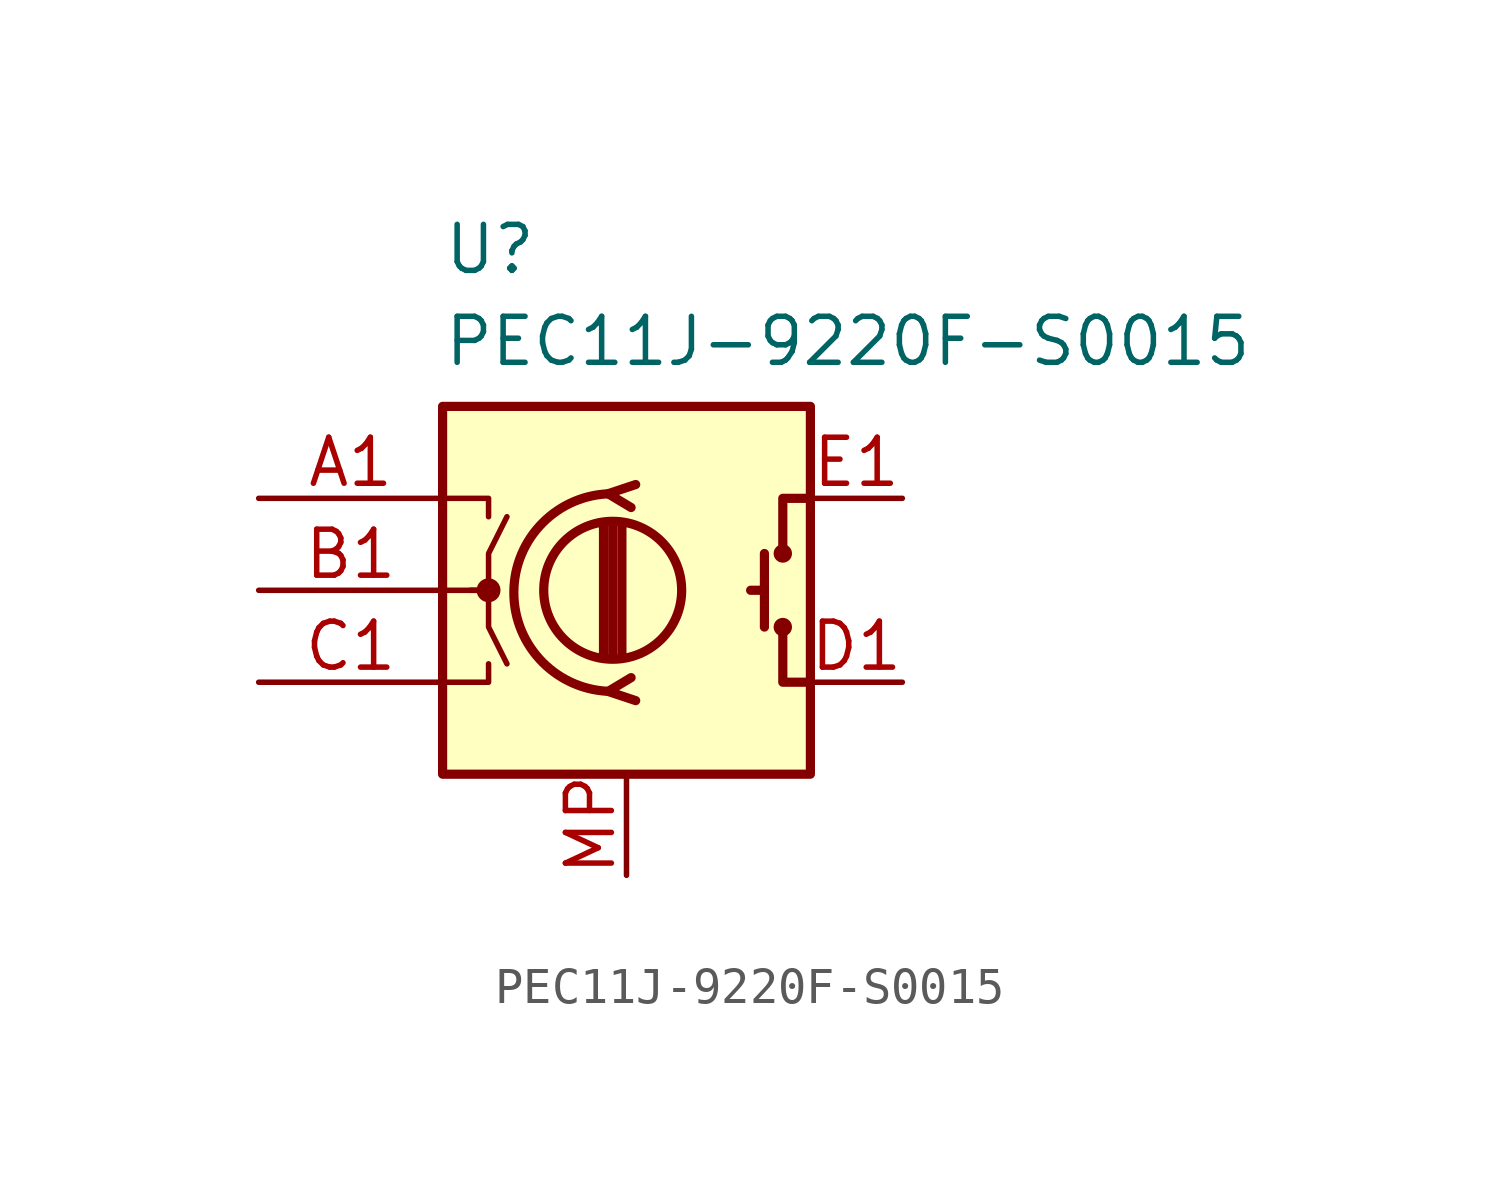
<source format=kicad_sym>
(kicad_symbol_lib
  (version 20220914)
  (generator kicad_symbol_editor)
  (symbol "PEC11J-9220F-S0015"
    (property "Reference" "U"
      (at 5.08 10.16 0)
      (effects (font (size 1.27 1.27)) (justify left top)))
    (property "Value" "PEC11J-9220F-S0015"
      (at 5.08 7.62 0)
      (effects (font (size 1.27 1.27)) (justify left top)))
    (symbol "PEC11J-9220F-S0015_0_1"
      (polyline (pts (xy 9.525 -1.778) (xy 9.525 1.778)) (stroke (width 0.254) (type default)) (fill (type none)))
      (polyline (pts (xy 9.779 -1.778) (xy 9.779 1.778)) (stroke (width 0.254) (type default)) (fill (type none)))
      (polyline (pts (xy 10.033 1.778) (xy 10.033 -1.778)) (stroke (width 0.254) (type default)) (fill (type none)))
      (polyline (pts (xy 13.97 0) (xy 13.589 0)) (stroke (width 0.254) (type default)) (fill (type none)))
      (polyline (pts (xy 13.97 1.016) (xy 13.97 -1.016)) (stroke (width 0.254) (type default)) (fill (type none)))
      (polyline (pts (xy 5.08 -2.54) (xy 6.35 -2.54) (xy 6.35 -2.032)) (stroke (width 0) (type default)) (fill (type none)))
      (polyline (pts (xy 5.08 2.54) (xy 6.35 2.54) (xy 6.35 2.032)) (stroke (width 0) (type default)) (fill (type none)))
      (polyline (pts (xy 10.414 -3.048) (xy 9.652 -2.794) (xy 10.287 -2.413)) (stroke (width 0.254) (type default)) (fill (type none)))
      (polyline (pts (xy 10.414 2.921) (xy 9.652 2.667) (xy 10.287 2.286)) (stroke (width 0.254) (type default)) (fill (type none)))
      (polyline (pts (xy 15.24 -2.54) (xy 14.478 -2.54) (xy 14.478 -1.016)) (stroke (width 0.254) (type default)) (fill (type none)))
      (polyline (pts (xy 15.24 2.54) (xy 14.478 2.54) (xy 14.478 1.016)) (stroke (width 0.254) (type default)) (fill (type none)))
      (polyline (pts (xy 5.08 0) (xy 6.35 0) (xy 6.35 -1.016) (xy 6.858 -2.032)) (stroke (width 0) (type default)) (fill (type none)))
      (polyline (pts (xy 5.842 0) (xy 6.35 0) (xy 6.35 1.016) (xy 6.858 2.032)) (stroke (width 0) (type default)) (fill (type none)))
      (rectangle (start 5.08 5.08) (end 15.24 -5.08) (stroke (width 0.254) (type default)) (fill (type background)))
      (circle (center 6.35 0) (radius 0.254) (stroke (width 0) (type default)) (fill (type outline)))
      (circle (center 9.779 0) (radius 1.905) (stroke (width 0.254) (type default)) (fill (type none)))
      (arc (start 9.779 2.667) (mid 7.0612 -0.0635) (end 9.779 -2.794) (stroke (width 0.254) (type default)) (fill (type none)))
      (circle (center 14.478 -1.016) (radius 0.127) (stroke (width 0.254) (type default)) (fill (type none)))
      (circle (center 14.478 1.016) (radius 0.127) (stroke (width 0.254) (type default)) (fill (type none))))
    (symbol "PEC11J-9220F-S0015_1_1"
      (pin passive line (at 0 2.54 0) (length 5.08) (name "" (effects (font (size 1.27 1.27)))) (number "A1" (effects (font (size 1.27 1.27)))))
      (pin passive line (at 0 0 0) (length 5.08) (name "" (effects (font (size 1.27 1.27)))) (number "B1" (effects (font (size 1.27 1.27)))))
      (pin passive line (at 0 -2.54 0) (length 5.08) (name "" (effects (font (size 1.27 1.27)))) (number "C1" (effects (font (size 1.27 1.27)))))
      (pin passive line (at 17.78 -2.54 180) (length 2.54) (name "" (effects (font (size 1.27 1.27)))) (number "D1" (effects (font (size 1.27 1.27)))))
      (pin passive line (at 17.78 2.54 180) (length 2.54) (name "" (effects (font (size 1.27 1.27)))) (number "E1" (effects (font (size 1.27 1.27)))))
      (pin passive line (at 10.16 -7.874 90) (length 2.794) (name "" (effects (font (size 1.27 1.27)))) (number "MP" (effects (font (size 1.27 1.27))))))))
</source>
